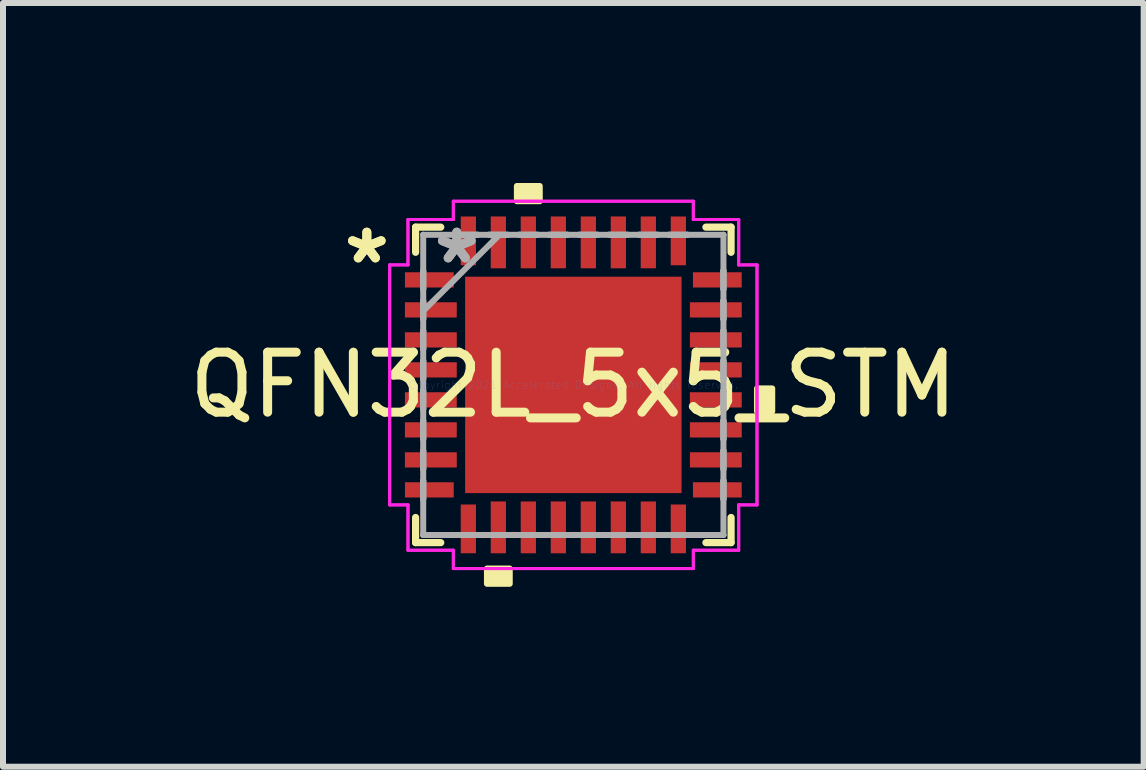
<source format=kicad_pcb>
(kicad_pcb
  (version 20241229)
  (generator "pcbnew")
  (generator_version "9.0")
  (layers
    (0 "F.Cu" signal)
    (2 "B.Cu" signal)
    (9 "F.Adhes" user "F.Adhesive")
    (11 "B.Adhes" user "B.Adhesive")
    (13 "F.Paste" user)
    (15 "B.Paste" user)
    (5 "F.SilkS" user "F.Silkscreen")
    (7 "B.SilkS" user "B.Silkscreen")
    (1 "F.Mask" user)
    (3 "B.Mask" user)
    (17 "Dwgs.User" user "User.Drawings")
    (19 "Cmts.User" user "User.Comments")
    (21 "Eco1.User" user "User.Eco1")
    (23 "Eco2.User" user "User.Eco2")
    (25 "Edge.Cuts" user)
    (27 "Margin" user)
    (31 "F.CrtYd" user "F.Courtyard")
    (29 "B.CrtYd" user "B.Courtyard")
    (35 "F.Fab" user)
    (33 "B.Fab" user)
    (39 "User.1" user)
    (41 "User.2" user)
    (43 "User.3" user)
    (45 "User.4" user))
  (footprint "QFN32L_5x5_STM"
    (layer "F.Cu")
    (at 6.506 3.365)
    (property "Reference" "QFN32L_5x5_STM" (at 0 0 0) (layer "F.SilkS") (effects (font (size 1 1) (thickness 0.15))))
    (attr through_hole)
    (fp_line (start -2.629 -2.629) (end -2.629 -2.21) (stroke (width 0.12) (type solid)) (layer "F.SilkS"))
    (fp_line (start -2.629 2.21) (end -2.629 2.629) (stroke (width 0.12) (type solid)) (layer "F.SilkS"))
    (fp_line (start -2.629 2.629) (end -2.21 2.629) (stroke (width 0.12) (type solid)) (layer "F.SilkS"))
    (fp_line (start -2.21 -2.629) (end -2.629 -2.629) (stroke (width 0.12) (type solid)) (layer "F.SilkS"))
    (fp_line (start 2.21 2.629) (end 2.629 2.629) (stroke (width 0.12) (type solid)) (layer "F.SilkS"))
    (fp_line (start 2.629 -2.629) (end 2.21 -2.629) (stroke (width 0.12) (type solid)) (layer "F.SilkS"))
    (fp_line (start 2.629 -2.21) (end 2.629 -2.629) (stroke (width 0.12) (type solid)) (layer "F.SilkS"))
    (fp_line (start 2.629 2.629) (end 2.629 2.21) (stroke (width 0.12) (type solid)) (layer "F.SilkS"))
    (fp_poly (pts (xy -1.44 3.061) (xy -1.44 3.315) (xy -1.06 3.315) (xy -1.06 3.061)) (stroke (width 0.1) (type solid)) (fill yes) (layer "F.SilkS"))
    (fp_poly (pts (xy -0.941 -3.061) (xy -0.941 -3.315) (xy -0.56 -3.315) (xy -0.56 -3.061)) (stroke (width 0.1) (type solid)) (fill yes) (layer "F.SilkS"))
    (fp_poly (pts (xy 3.315 0.059) (xy 3.315 0.441) (xy 3.061 0.441) (xy 3.061 0.059)) (stroke (width 0.1) (type solid)) (fill yes) (layer "F.SilkS"))
    (fp_poly (pts (xy -1.703 -1.703) (xy -1.703 -0.1) (xy -0.1 -0.1) (xy -0.1 -1.703)) (stroke (width 0.1) (type solid)) (fill yes) (layer "F.Paste"))
    (fp_poly (pts (xy -1.703 0.1) (xy -1.703 1.703) (xy -0.1 1.703) (xy -0.1 0.1)) (stroke (width 0.1) (type solid)) (fill yes) (layer "F.Paste"))
    (fp_poly (pts (xy 0.1 -1.703) (xy 0.1 -0.1) (xy 1.703 -0.1) (xy 1.703 -1.703)) (stroke (width 0.1) (type solid)) (fill yes) (layer "F.Paste"))
    (fp_poly (pts (xy 0.1 0.1) (xy 0.1 1.703) (xy 1.703 1.703) (xy 1.703 0.1)) (stroke (width 0.1) (type solid)) (fill yes) (layer "F.Paste"))
    (fp_line (start -3.061 -2) (end -2.756 -2) (stroke (width 0.05) (type solid)) (layer "F.CrtYd"))
    (fp_line (start -3.061 -2) (end -2.756 -2) (stroke (width 0.05) (type solid)) (layer "F.CrtYd"))
    (fp_line (start -3.061 2) (end -3.061 -2) (stroke (width 0.05) (type solid)) (layer "F.CrtYd"))
    (fp_line (start -3.061 2) (end -3.061 -2) (stroke (width 0.05) (type solid)) (layer "F.CrtYd"))
    (fp_line (start -2.756 -2.756) (end -2 -2.756) (stroke (width 0.05) (type solid)) (layer "F.CrtYd"))
    (fp_line (start -2.756 -2.756) (end -2 -2.756) (stroke (width 0.05) (type solid)) (layer "F.CrtYd"))
    (fp_line (start -2.756 -2) (end -2.756 -2.756) (stroke (width 0.05) (type solid)) (layer "F.CrtYd"))
    (fp_line (start -2.756 -2) (end -2.756 -2.756) (stroke (width 0.05) (type solid)) (layer "F.CrtYd"))
    (fp_line (start -2.756 2) (end -3.061 2) (stroke (width 0.05) (type solid)) (layer "F.CrtYd"))
    (fp_line (start -2.756 2) (end -3.061 2) (stroke (width 0.05) (type solid)) (layer "F.CrtYd"))
    (fp_line (start -2.756 2.756) (end -2.756 2) (stroke (width 0.05) (type solid)) (layer "F.CrtYd"))
    (fp_line (start -2.756 2.756) (end -2.756 2) (stroke (width 0.05) (type solid)) (layer "F.CrtYd"))
    (fp_line (start -2 -3.061) (end 2 -3.061) (stroke (width 0.05) (type solid)) (layer "F.CrtYd"))
    (fp_line (start -2 -3.061) (end 2 -3.061) (stroke (width 0.05) (type solid)) (layer "F.CrtYd"))
    (fp_line (start -2 -2.756) (end -2 -3.061) (stroke (width 0.05) (type solid)) (layer "F.CrtYd"))
    (fp_line (start -2 -2.756) (end -2 -3.061) (stroke (width 0.05) (type solid)) (layer "F.CrtYd"))
    (fp_line (start -2 2.756) (end -2.756 2.756) (stroke (width 0.05) (type solid)) (layer "F.CrtYd"))
    (fp_line (start -2 2.756) (end -2.756 2.756) (stroke (width 0.05) (type solid)) (layer "F.CrtYd"))
    (fp_line (start -2 3.061) (end -2 2.756) (stroke (width 0.05) (type solid)) (layer "F.CrtYd"))
    (fp_line (start -2 3.061) (end -2 2.756) (stroke (width 0.05) (type solid)) (layer "F.CrtYd"))
    (fp_line (start 2 -3.061) (end 2 -2.756) (stroke (width 0.05) (type solid)) (layer "F.CrtYd"))
    (fp_line (start 2 -3.061) (end 2 -2.756) (stroke (width 0.05) (type solid)) (layer "F.CrtYd"))
    (fp_line (start 2 -2.756) (end 2.756 -2.756) (stroke (width 0.05) (type solid)) (layer "F.CrtYd"))
    (fp_line (start 2 -2.756) (end 2.756 -2.756) (stroke (width 0.05) (type solid)) (layer "F.CrtYd"))
    (fp_line (start 2 2.756) (end 2 3.061) (stroke (width 0.05) (type solid)) (layer "F.CrtYd"))
    (fp_line (start 2 2.756) (end 2 3.061) (stroke (width 0.05) (type solid)) (layer "F.CrtYd"))
    (fp_line (start 2 3.061) (end -2 3.061) (stroke (width 0.05) (type solid)) (layer "F.CrtYd"))
    (fp_line (start 2 3.061) (end -2 3.061) (stroke (width 0.05) (type solid)) (layer "F.CrtYd"))
    (fp_line (start 2.756 -2.756) (end 2.756 -2) (stroke (width 0.05) (type solid)) (layer "F.CrtYd"))
    (fp_line (start 2.756 -2.756) (end 2.756 -2) (stroke (width 0.05) (type solid)) (layer "F.CrtYd"))
    (fp_line (start 2.756 -2) (end 3.061 -2) (stroke (width 0.05) (type solid)) (layer "F.CrtYd"))
    (fp_line (start 2.756 -2) (end 3.061 -2) (stroke (width 0.05) (type solid)) (layer "F.CrtYd"))
    (fp_line (start 2.756 2) (end 2.756 2.756) (stroke (width 0.05) (type solid)) (layer "F.CrtYd"))
    (fp_line (start 2.756 2) (end 2.756 2.756) (stroke (width 0.05) (type solid)) (layer "F.CrtYd"))
    (fp_line (start 2.756 2.756) (end 2 2.756) (stroke (width 0.05) (type solid)) (layer "F.CrtYd"))
    (fp_line (start 2.756 2.756) (end 2 2.756) (stroke (width 0.05) (type solid)) (layer "F.CrtYd"))
    (fp_line (start 3.061 -2) (end 3.061 2) (stroke (width 0.05) (type solid)) (layer "F.CrtYd"))
    (fp_line (start 3.061 -2) (end 3.061 2) (stroke (width 0.05) (type solid)) (layer "F.CrtYd"))
    (fp_line (start 3.061 2) (end 2.756 2) (stroke (width 0.05) (type solid)) (layer "F.CrtYd"))
    (fp_line (start 3.061 2) (end 2.756 2) (stroke (width 0.05) (type solid)) (layer "F.CrtYd"))
    (fp_line (start -2.502 -2.502) (end -2.502 -2.502) (stroke (width 0.1) (type solid)) (layer "F.Fab"))
    (fp_line (start -2.502 -2.502) (end -2.502 2.502) (stroke (width 0.1) (type solid)) (layer "F.Fab"))
    (fp_line (start -2.502 -1.902) (end -2.502 -1.902) (stroke (width 0.1) (type solid)) (layer "F.Fab"))
    (fp_line (start -2.502 -1.902) (end -2.502 -1.598) (stroke (width 0.1) (type solid)) (layer "F.Fab"))
    (fp_line (start -2.502 -1.598) (end -2.502 -1.902) (stroke (width 0.1) (type solid)) (layer "F.Fab"))
    (fp_line (start -2.502 -1.598) (end -2.502 -1.598) (stroke (width 0.1) (type solid)) (layer "F.Fab"))
    (fp_line (start -2.502 -1.402) (end -2.502 -1.402) (stroke (width 0.1) (type solid)) (layer "F.Fab"))
    (fp_line (start -2.502 -1.402) (end -2.502 -1.098) (stroke (width 0.1) (type solid)) (layer "F.Fab"))
    (fp_line (start -2.502 -1.232) (end -1.232 -2.502) (stroke (width 0.1) (type solid)) (layer "F.Fab"))
    (fp_line (start -2.502 -1.098) (end -2.502 -1.402) (stroke (width 0.1) (type solid)) (layer "F.Fab"))
    (fp_line (start -2.502 -1.098) (end -2.502 -1.098) (stroke (width 0.1) (type solid)) (layer "F.Fab"))
    (fp_line (start -2.502 -0.902) (end -2.502 -0.902) (stroke (width 0.1) (type solid)) (layer "F.Fab"))
    (fp_line (start -2.502 -0.902) (end -2.502 -0.598) (stroke (width 0.1) (type solid)) (layer "F.Fab"))
    (fp_line (start -2.502 -0.598) (end -2.502 -0.902) (stroke (width 0.1) (type solid)) (layer "F.Fab"))
    (fp_line (start -2.502 -0.598) (end -2.502 -0.598) (stroke (width 0.1) (type solid)) (layer "F.Fab"))
    (fp_line (start -2.502 -0.402) (end -2.502 -0.402) (stroke (width 0.1) (type solid)) (layer "F.Fab"))
    (fp_line (start -2.502 -0.402) (end -2.502 -0.098) (stroke (width 0.1) (type solid)) (layer "F.Fab"))
    (fp_line (start -2.502 -0.098) (end -2.502 -0.402) (stroke (width 0.1) (type solid)) (layer "F.Fab"))
    (fp_line (start -2.502 -0.098) (end -2.502 -0.098) (stroke (width 0.1) (type solid)) (layer "F.Fab"))
    (fp_line (start -2.502 0.098) (end -2.502 0.098) (stroke (width 0.1) (type solid)) (layer "F.Fab"))
    (fp_line (start -2.502 0.098) (end -2.502 0.402) (stroke (width 0.1) (type solid)) (layer "F.Fab"))
    (fp_line (start -2.502 0.402) (end -2.502 0.098) (stroke (width 0.1) (type solid)) (layer "F.Fab"))
    (fp_line (start -2.502 0.402) (end -2.502 0.402) (stroke (width 0.1) (type solid)) (layer "F.Fab"))
    (fp_line (start -2.502 0.598) (end -2.502 0.598) (stroke (width 0.1) (type solid)) (layer "F.Fab"))
    (fp_line (start -2.502 0.598) (end -2.502 0.902) (stroke (width 0.1) (type solid)) (layer "F.Fab"))
    (fp_line (start -2.502 0.902) (end -2.502 0.598) (stroke (width 0.1) (type solid)) (layer "F.Fab"))
    (fp_line (start -2.502 0.902) (end -2.502 0.902) (stroke (width 0.1) (type solid)) (layer "F.Fab"))
    (fp_line (start -2.502 1.098) (end -2.502 1.098) (stroke (width 0.1) (type solid)) (layer "F.Fab"))
    (fp_line (start -2.502 1.098) (end -2.502 1.402) (stroke (width 0.1) (type solid)) (layer "F.Fab"))
    (fp_line (start -2.502 1.402) (end -2.502 1.098) (stroke (width 0.1) (type solid)) (layer "F.Fab"))
    (fp_line (start -2.502 1.402) (end -2.502 1.402) (stroke (width 0.1) (type solid)) (layer "F.Fab"))
    (fp_line (start -2.502 1.598) (end -2.502 1.598) (stroke (width 0.1) (type solid)) (layer "F.Fab"))
    (fp_line (start -2.502 1.598) (end -2.502 1.902) (stroke (width 0.1) (type solid)) (layer "F.Fab"))
    (fp_line (start -2.502 1.902) (end -2.502 1.598) (stroke (width 0.1) (type solid)) (layer "F.Fab"))
    (fp_line (start -2.502 1.902) (end -2.502 1.902) (stroke (width 0.1) (type solid)) (layer "F.Fab"))
    (fp_line (start -2.502 2.502) (end -2.502 2.502) (stroke (width 0.1) (type solid)) (layer "F.Fab"))
    (fp_line (start -2.502 2.502) (end 2.502 2.502) (stroke (width 0.1) (type solid)) (layer "F.Fab"))
    (fp_line (start -1.902 -2.502) (end -1.902 -2.502) (stroke (width 0.1) (type solid)) (layer "F.Fab"))
    (fp_line (start -1.902 -2.502) (end -1.598 -2.502) (stroke (width 0.1) (type solid)) (layer "F.Fab"))
    (fp_line (start -1.902 2.502) (end -1.902 2.502) (stroke (width 0.1) (type solid)) (layer "F.Fab"))
    (fp_line (start -1.902 2.502) (end -1.598 2.502) (stroke (width 0.1) (type solid)) (layer "F.Fab"))
    (fp_line (start -1.598 -2.502) (end -1.902 -2.502) (stroke (width 0.1) (type solid)) (layer "F.Fab"))
    (fp_line (start -1.598 -2.502) (end -1.598 -2.502) (stroke (width 0.1) (type solid)) (layer "F.Fab"))
    (fp_line (start -1.598 2.502) (end -1.902 2.502) (stroke (width 0.1) (type solid)) (layer "F.Fab"))
    (fp_line (start -1.598 2.502) (end -1.598 2.502) (stroke (width 0.1) (type solid)) (layer "F.Fab"))
    (fp_line (start -1.402 -2.502) (end -1.402 -2.502) (stroke (width 0.1) (type solid)) (layer "F.Fab"))
    (fp_line (start -1.402 -2.502) (end -1.098 -2.502) (stroke (width 0.1) (type solid)) (layer "F.Fab"))
    (fp_line (start -1.402 2.502) (end -1.402 2.502) (stroke (width 0.1) (type solid)) (layer "F.Fab"))
    (fp_line (start -1.402 2.502) (end -1.098 2.502) (stroke (width 0.1) (type solid)) (layer "F.Fab"))
    (fp_line (start -1.098 -2.502) (end -1.402 -2.502) (stroke (width 0.1) (type solid)) (layer "F.Fab"))
    (fp_line (start -1.098 -2.502) (end -1.098 -2.502) (stroke (width 0.1) (type solid)) (layer "F.Fab"))
    (fp_line (start -1.098 2.502) (end -1.402 2.502) (stroke (width 0.1) (type solid)) (layer "F.Fab"))
    (fp_line (start -1.098 2.502) (end -1.098 2.502) (stroke (width 0.1) (type solid)) (layer "F.Fab"))
    (fp_line (start -0.902 -2.502) (end -0.902 -2.502) (stroke (width 0.1) (type solid)) (layer "F.Fab"))
    (fp_line (start -0.902 -2.502) (end -0.598 -2.502) (stroke (width 0.1) (type solid)) (layer "F.Fab"))
    (fp_line (start -0.902 2.502) (end -0.902 2.502) (stroke (width 0.1) (type solid)) (layer "F.Fab"))
    (fp_line (start -0.902 2.502) (end -0.598 2.502) (stroke (width 0.1) (type solid)) (layer "F.Fab"))
    (fp_line (start -0.598 -2.502) (end -0.902 -2.502) (stroke (width 0.1) (type solid)) (layer "F.Fab"))
    (fp_line (start -0.598 -2.502) (end -0.598 -2.502) (stroke (width 0.1) (type solid)) (layer "F.Fab"))
    (fp_line (start -0.598 2.502) (end -0.902 2.502) (stroke (width 0.1) (type solid)) (layer "F.Fab"))
    (fp_line (start -0.598 2.502) (end -0.598 2.502) (stroke (width 0.1) (type solid)) (layer "F.Fab"))
    (fp_line (start -0.402 -2.502) (end -0.402 -2.502) (stroke (width 0.1) (type solid)) (layer "F.Fab"))
    (fp_line (start -0.402 -2.502) (end -0.098 -2.502) (stroke (width 0.1) (type solid)) (layer "F.Fab"))
    (fp_line (start -0.402 2.502) (end -0.402 2.502) (stroke (width 0.1) (type solid)) (layer "F.Fab"))
    (fp_line (start -0.402 2.502) (end -0.098 2.502) (stroke (width 0.1) (type solid)) (layer "F.Fab"))
    (fp_line (start -0.098 -2.502) (end -0.402 -2.502) (stroke (width 0.1) (type solid)) (layer "F.Fab"))
    (fp_line (start -0.098 -2.502) (end -0.098 -2.502) (stroke (width 0.1) (type solid)) (layer "F.Fab"))
    (fp_line (start -0.098 2.502) (end -0.402 2.502) (stroke (width 0.1) (type solid)) (layer "F.Fab"))
    (fp_line (start -0.098 2.502) (end -0.098 2.502) (stroke (width 0.1) (type solid)) (layer "F.Fab"))
    (fp_line (start 0.098 -2.502) (end 0.098 -2.502) (stroke (width 0.1) (type solid)) (layer "F.Fab"))
    (fp_line (start 0.098 -2.502) (end 0.402 -2.502) (stroke (width 0.1) (type solid)) (layer "F.Fab"))
    (fp_line (start 0.098 2.502) (end 0.098 2.502) (stroke (width 0.1) (type solid)) (layer "F.Fab"))
    (fp_line (start 0.098 2.502) (end 0.402 2.502) (stroke (width 0.1) (type solid)) (layer "F.Fab"))
    (fp_line (start 0.402 -2.502) (end 0.098 -2.502) (stroke (width 0.1) (type solid)) (layer "F.Fab"))
    (fp_line (start 0.402 -2.502) (end 0.402 -2.502) (stroke (width 0.1) (type solid)) (layer "F.Fab"))
    (fp_line (start 0.402 2.502) (end 0.098 2.502) (stroke (width 0.1) (type solid)) (layer "F.Fab"))
    (fp_line (start 0.402 2.502) (end 0.402 2.502) (stroke (width 0.1) (type solid)) (layer "F.Fab"))
    (fp_line (start 0.598 -2.502) (end 0.598 -2.502) (stroke (width 0.1) (type solid)) (layer "F.Fab"))
    (fp_line (start 0.598 -2.502) (end 0.902 -2.502) (stroke (width 0.1) (type solid)) (layer "F.Fab"))
    (fp_line (start 0.598 2.502) (end 0.598 2.502) (stroke (width 0.1) (type solid)) (layer "F.Fab"))
    (fp_line (start 0.598 2.502) (end 0.902 2.502) (stroke (width 0.1) (type solid)) (layer "F.Fab"))
    (fp_line (start 0.902 -2.502) (end 0.598 -2.502) (stroke (width 0.1) (type solid)) (layer "F.Fab"))
    (fp_line (start 0.902 -2.502) (end 0.902 -2.502) (stroke (width 0.1) (type solid)) (layer "F.Fab"))
    (fp_line (start 0.902 2.502) (end 0.598 2.502) (stroke (width 0.1) (type solid)) (layer "F.Fab"))
    (fp_line (start 0.902 2.502) (end 0.902 2.502) (stroke (width 0.1) (type solid)) (layer "F.Fab"))
    (fp_line (start 1.098 -2.502) (end 1.098 -2.502) (stroke (width 0.1) (type solid)) (layer "F.Fab"))
    (fp_line (start 1.098 -2.502) (end 1.402 -2.502) (stroke (width 0.1) (type solid)) (layer "F.Fab"))
    (fp_line (start 1.098 2.502) (end 1.098 2.502) (stroke (width 0.1) (type solid)) (layer "F.Fab"))
    (fp_line (start 1.098 2.502) (end 1.402 2.502) (stroke (width 0.1) (type solid)) (layer "F.Fab"))
    (fp_line (start 1.402 -2.502) (end 1.098 -2.502) (stroke (width 0.1) (type solid)) (layer "F.Fab"))
    (fp_line (start 1.402 -2.502) (end 1.402 -2.502) (stroke (width 0.1) (type solid)) (layer "F.Fab"))
    (fp_line (start 1.402 2.502) (end 1.098 2.502) (stroke (width 0.1) (type solid)) (layer "F.Fab"))
    (fp_line (start 1.402 2.502) (end 1.402 2.502) (stroke (width 0.1) (type solid)) (layer "F.Fab"))
    (fp_line (start 1.598 -2.502) (end 1.598 -2.502) (stroke (width 0.1) (type solid)) (layer "F.Fab"))
    (fp_line (start 1.598 -2.502) (end 1.902 -2.502) (stroke (width 0.1) (type solid)) (layer "F.Fab"))
    (fp_line (start 1.598 2.502) (end 1.598 2.502) (stroke (width 0.1) (type solid)) (layer "F.Fab"))
    (fp_line (start 1.598 2.502) (end 1.902 2.502) (stroke (width 0.1) (type solid)) (layer "F.Fab"))
    (fp_line (start 1.902 -2.502) (end 1.598 -2.502) (stroke (width 0.1) (type solid)) (layer "F.Fab"))
    (fp_line (start 1.902 -2.502) (end 1.902 -2.502) (stroke (width 0.1) (type solid)) (layer "F.Fab"))
    (fp_line (start 1.902 2.502) (end 1.598 2.502) (stroke (width 0.1) (type solid)) (layer "F.Fab"))
    (fp_line (start 1.902 2.502) (end 1.902 2.502) (stroke (width 0.1) (type solid)) (layer "F.Fab"))
    (fp_line (start 2.502 -2.502) (end -2.502 -2.502) (stroke (width 0.1) (type solid)) (layer "F.Fab"))
    (fp_line (start 2.502 -2.502) (end 2.502 -2.502) (stroke (width 0.1) (type solid)) (layer "F.Fab"))
    (fp_line (start 2.502 -1.902) (end 2.502 -1.902) (stroke (width 0.1) (type solid)) (layer "F.Fab"))
    (fp_line (start 2.502 -1.902) (end 2.502 -1.598) (stroke (width 0.1) (type solid)) (layer "F.Fab"))
    (fp_line (start 2.502 -1.598) (end 2.502 -1.902) (stroke (width 0.1) (type solid)) (layer "F.Fab"))
    (fp_line (start 2.502 -1.598) (end 2.502 -1.598) (stroke (width 0.1) (type solid)) (layer "F.Fab"))
    (fp_line (start 2.502 -1.402) (end 2.502 -1.402) (stroke (width 0.1) (type solid)) (layer "F.Fab"))
    (fp_line (start 2.502 -1.402) (end 2.502 -1.098) (stroke (width 0.1) (type solid)) (layer "F.Fab"))
    (fp_line (start 2.502 -1.098) (end 2.502 -1.402) (stroke (width 0.1) (type solid)) (layer "F.Fab"))
    (fp_line (start 2.502 -1.098) (end 2.502 -1.098) (stroke (width 0.1) (type solid)) (layer "F.Fab"))
    (fp_line (start 2.502 -0.902) (end 2.502 -0.902) (stroke (width 0.1) (type solid)) (layer "F.Fab"))
    (fp_line (start 2.502 -0.902) (end 2.502 -0.598) (stroke (width 0.1) (type solid)) (layer "F.Fab"))
    (fp_line (start 2.502 -0.598) (end 2.502 -0.902) (stroke (width 0.1) (type solid)) (layer "F.Fab"))
    (fp_line (start 2.502 -0.598) (end 2.502 -0.598) (stroke (width 0.1) (type solid)) (layer "F.Fab"))
    (fp_line (start 2.502 -0.402) (end 2.502 -0.402) (stroke (width 0.1) (type solid)) (layer "F.Fab"))
    (fp_line (start 2.502 -0.402) (end 2.502 -0.098) (stroke (width 0.1) (type solid)) (layer "F.Fab"))
    (fp_line (start 2.502 -0.098) (end 2.502 -0.402) (stroke (width 0.1) (type solid)) (layer "F.Fab"))
    (fp_line (start 2.502 -0.098) (end 2.502 -0.098) (stroke (width 0.1) (type solid)) (layer "F.Fab"))
    (fp_line (start 2.502 0.098) (end 2.502 0.098) (stroke (width 0.1) (type solid)) (layer "F.Fab"))
    (fp_line (start 2.502 0.098) (end 2.502 0.402) (stroke (width 0.1) (type solid)) (layer "F.Fab"))
    (fp_line (start 2.502 0.402) (end 2.502 0.098) (stroke (width 0.1) (type solid)) (layer "F.Fab"))
    (fp_line (start 2.502 0.402) (end 2.502 0.402) (stroke (width 0.1) (type solid)) (layer "F.Fab"))
    (fp_line (start 2.502 0.598) (end 2.502 0.598) (stroke (width 0.1) (type solid)) (layer "F.Fab"))
    (fp_line (start 2.502 0.598) (end 2.502 0.902) (stroke (width 0.1) (type solid)) (layer "F.Fab"))
    (fp_line (start 2.502 0.902) (end 2.502 0.598) (stroke (width 0.1) (type solid)) (layer "F.Fab"))
    (fp_line (start 2.502 0.902) (end 2.502 0.902) (stroke (width 0.1) (type solid)) (layer "F.Fab"))
    (fp_line (start 2.502 1.098) (end 2.502 1.098) (stroke (width 0.1) (type solid)) (layer "F.Fab"))
    (fp_line (start 2.502 1.098) (end 2.502 1.402) (stroke (width 0.1) (type solid)) (layer "F.Fab"))
    (fp_line (start 2.502 1.402) (end 2.502 1.098) (stroke (width 0.1) (type solid)) (layer "F.Fab"))
    (fp_line (start 2.502 1.402) (end 2.502 1.402) (stroke (width 0.1) (type solid)) (layer "F.Fab"))
    (fp_line (start 2.502 1.598) (end 2.502 1.598) (stroke (width 0.1) (type solid)) (layer "F.Fab"))
    (fp_line (start 2.502 1.598) (end 2.502 1.902) (stroke (width 0.1) (type solid)) (layer "F.Fab"))
    (fp_line (start 2.502 1.902) (end 2.502 1.598) (stroke (width 0.1) (type solid)) (layer "F.Fab"))
    (fp_line (start 2.502 1.902) (end 2.502 1.902) (stroke (width 0.1) (type solid)) (layer "F.Fab"))
    (fp_line (start 2.502 2.502) (end 2.502 -2.502) (stroke (width 0.1) (type solid)) (layer "F.Fab"))
    (fp_line (start 2.502 2.502) (end 2.502 2.502) (stroke (width 0.1) (type solid)) (layer "F.Fab"))
    (fp_text user "*" (at -3.442 -2 0) (layer "F.SilkS") (effects (font (size 1 1) (thickness 0.15))))
    (fp_text user "*" (at -3.442 -2 0) (layer "F.SilkS") (effects (font (size 1 1) (thickness 0.15))))
    (fp_text user "Copyright 2021 Accelerated Designs. All rights reserved." (at 0 0 0) (layer "Cmts.User") (effects (font (size 0.127 0.127) (thickness 0.002))))
    (fp_text user "*" (at -1.943 -2 0) (layer "F.Fab") (effects (font (size 1 1) (thickness 0.15))))
    (fp_text user "*" (at -1.943 -2 0) (layer "F.Fab") (effects (font (size 1 1) (thickness 0.15))))
    (pad "1" smd rect (at -2.4 -1.75 90) (size 0.254 0.813) (layers "F.Cu" "F.Mask" "F.Paste"))
    (pad "2" smd rect (at -2.375 -1.25 90) (size 0.254 0.864) (layers "F.Cu" "F.Mask" "F.Paste"))
    (pad "3" smd rect (at -2.375 -0.75 90) (size 0.254 0.864) (layers "F.Cu" "F.Mask" "F.Paste"))
    (pad "4" smd rect (at -2.375 -0.25 90) (size 0.254 0.864) (layers "F.Cu" "F.Mask" "F.Paste"))
    (pad "5" smd rect (at -2.375 0.25 90) (size 0.254 0.864) (layers "F.Cu" "F.Mask" "F.Paste"))
    (pad "6" smd rect (at -2.375 0.75 90) (size 0.254 0.864) (layers "F.Cu" "F.Mask" "F.Paste"))
    (pad "7" smd rect (at -2.375 1.25 90) (size 0.254 0.864) (layers "F.Cu" "F.Mask" "F.Paste"))
    (pad "8" smd rect (at -2.4 1.75 90) (size 0.254 0.813) (layers "F.Cu" "F.Mask" "F.Paste"))
    (pad "9" smd rect (at -1.75 2.4) (size 0.254 0.813) (layers "F.Cu" "F.Mask" "F.Paste"))
    (pad "10" smd rect (at -1.25 2.375) (size 0.254 0.864) (layers "F.Cu" "F.Mask" "F.Paste"))
    (pad "11" smd rect (at -0.75 2.375) (size 0.254 0.864) (layers "F.Cu" "F.Mask" "F.Paste"))
    (pad "12" smd rect (at -0.25 2.375) (size 0.254 0.864) (layers "F.Cu" "F.Mask" "F.Paste"))
    (pad "13" smd rect (at 0.25 2.375) (size 0.254 0.864) (layers "F.Cu" "F.Mask" "F.Paste"))
    (pad "14" smd rect (at 0.75 2.375) (size 0.254 0.864) (layers "F.Cu" "F.Mask" "F.Paste"))
    (pad "15" smd rect (at 1.25 2.375) (size 0.254 0.864) (layers "F.Cu" "F.Mask" "F.Paste"))
    (pad "16" smd rect (at 1.75 2.4) (size 0.254 0.813) (layers "F.Cu" "F.Mask" "F.Paste"))
    (pad "17" smd rect (at 2.4 1.75 90) (size 0.254 0.813) (layers "F.Cu" "F.Mask" "F.Paste"))
    (pad "18" smd rect (at 2.375 1.25 90) (size 0.254 0.864) (layers "F.Cu" "F.Mask" "F.Paste"))
    (pad "19" smd rect (at 2.375 0.75 90) (size 0.254 0.864) (layers "F.Cu" "F.Mask" "F.Paste"))
    (pad "20" smd rect (at 2.375 0.25 90) (size 0.254 0.864) (layers "F.Cu" "F.Mask" "F.Paste"))
    (pad "21" smd rect (at 2.375 -0.25 90) (size 0.254 0.864) (layers "F.Cu" "F.Mask" "F.Paste"))
    (pad "22" smd rect (at 2.375 -0.75 90) (size 0.254 0.864) (layers "F.Cu" "F.Mask" "F.Paste"))
    (pad "23" smd rect (at 2.375 -1.25 90) (size 0.254 0.864) (layers "F.Cu" "F.Mask" "F.Paste"))
    (pad "24" smd rect (at 2.4 -1.75 90) (size 0.254 0.813) (layers "F.Cu" "F.Mask" "F.Paste"))
    (pad "25" smd rect (at 1.75 -2.4) (size 0.254 0.813) (layers "F.Cu" "F.Mask" "F.Paste"))
    (pad "26" smd rect (at 1.25 -2.375) (size 0.254 0.864) (layers "F.Cu" "F.Mask" "F.Paste"))
    (pad "27" smd rect (at 0.75 -2.375) (size 0.254 0.864) (layers "F.Cu" "F.Mask" "F.Paste"))
    (pad "28" smd rect (at 0.25 -2.375) (size 0.254 0.864) (layers "F.Cu" "F.Mask" "F.Paste"))
    (pad "29" smd rect (at -0.25 -2.375) (size 0.254 0.864) (layers "F.Cu" "F.Mask" "F.Paste"))
    (pad "30" smd rect (at -0.75 -2.375) (size 0.254 0.864) (layers "F.Cu" "F.Mask" "F.Paste"))
    (pad "31" smd rect (at -1.25 -2.375) (size 0.254 0.864) (layers "F.Cu" "F.Mask" "F.Paste"))
    (pad "32" smd rect (at -1.75 -2.4) (size 0.254 0.813) (layers "F.Cu" "F.Mask" "F.Paste"))
    (pad "33" smd rect (at 0 0) (size 3.607 3.607) (layers "F.Cu" "F.Mask")))
  (gr_rect
    (start -3 -3)
    (end 16.012 9.729)
    (stroke (width 0.1) (type default))
    (fill no)
    (layer "Edge.Cuts")))
</source>
